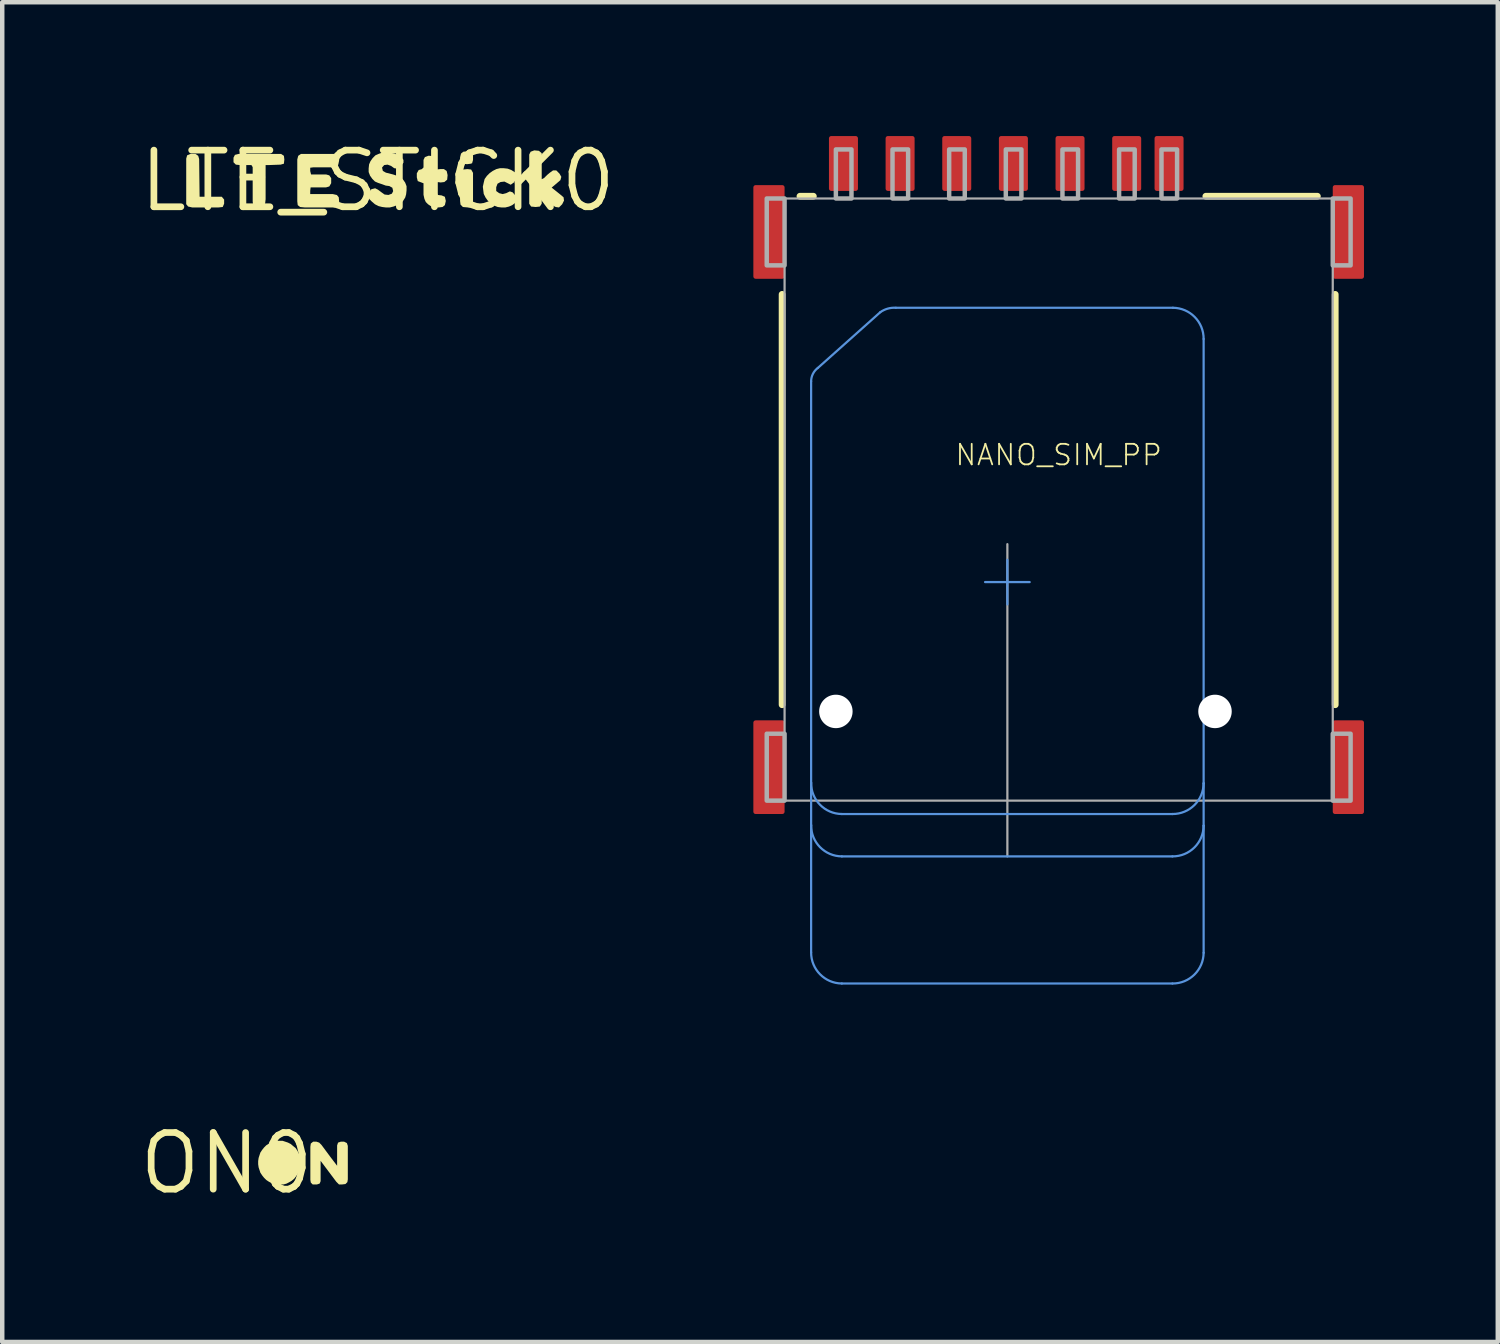
<source format=kicad_pcb>
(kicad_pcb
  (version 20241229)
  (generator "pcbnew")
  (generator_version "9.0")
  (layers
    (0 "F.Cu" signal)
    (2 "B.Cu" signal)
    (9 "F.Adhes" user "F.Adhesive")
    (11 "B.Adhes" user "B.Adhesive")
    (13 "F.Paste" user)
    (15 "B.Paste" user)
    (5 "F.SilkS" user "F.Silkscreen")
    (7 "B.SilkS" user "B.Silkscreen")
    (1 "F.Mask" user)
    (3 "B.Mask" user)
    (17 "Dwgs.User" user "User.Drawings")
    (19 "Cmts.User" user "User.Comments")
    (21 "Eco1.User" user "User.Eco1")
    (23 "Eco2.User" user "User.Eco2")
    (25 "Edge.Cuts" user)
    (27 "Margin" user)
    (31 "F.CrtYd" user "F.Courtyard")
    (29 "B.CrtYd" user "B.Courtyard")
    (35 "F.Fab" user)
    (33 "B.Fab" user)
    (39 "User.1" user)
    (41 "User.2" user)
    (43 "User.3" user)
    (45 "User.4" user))
  (footprint "ON0"
    (layer "F.Cu")
    (at 2.033 23.031)
    (property "Reference" "ON0" (at 0 0 0) (layer "F.SilkS") (effects (font (size 1.27 1.27) (thickness 0.15))))
    (fp_poly (pts (xy 2.073 -0.464) (xy 2.124 -0.413) (xy 2.324 -0.143) (xy 2.475 0.055) (xy 2.475 -0.401) (xy 2.496 -0.464) (xy 2.559 -0.485) (xy 2.631 -0.485) (xy 2.694 -0.454) (xy 2.715 -0.391) (xy 2.715 0.36) (xy 2.705 0.422) (xy 2.662 0.465) (xy 2.58 0.475) (xy 2.518 0.475) (xy 2.456 0.413) (xy 2.105 -0.055) (xy 2.105 0.401) (xy 2.084 0.454) (xy 2.021 0.475) (xy 1.928 0.475) (xy 1.885 0.432) (xy 1.875 0.37) (xy 1.875 -0.37) (xy 1.885 -0.443) (xy 1.938 -0.485) (xy 2.011 -0.485)) (stroke (width 0) (type default)) (fill yes) (layer "F.SilkS"))
    (fp_poly (pts (xy 1.312 -0.485) (xy 1.372 -0.465) (xy 1.433 -0.434) (xy 1.493 -0.384) (xy 1.544 -0.343) (xy 1.584 -0.283) (xy 1.615 -0.222) (xy 1.635 -0.162) (xy 1.655 -0.101) (xy 1.655 0.04) (xy 1.645 0.111) (xy 1.625 0.172) (xy 1.594 0.233) (xy 1.554 0.293) (xy 1.514 0.344) (xy 1.453 0.394) (xy 1.402 0.424) (xy 1.342 0.455) (xy 1.271 0.475) (xy 1.14 0.475) (xy 1.069 0.465) (xy 1.008 0.445) (xy 0.947 0.414) (xy 0.887 0.374) (xy 0.836 0.323) (xy 0.796 0.273) (xy 0.759 0.217) (xy 0.757 0.218) (xy 0.755 0.212) (xy 0.753 0.208) (xy 0.754 0.208) (xy 0.735 0.152) (xy 0.715 0.091) (xy 0.705 0.02) (xy 0.705 -0.05) (xy 0.715 -0.121) (xy 0.735 -0.182) (xy 0.755 -0.242) (xy 0.796 -0.303) (xy 0.836 -0.353) (xy 0.887 -0.404) (xy 0.947 -0.444) (xy 0.998 -0.475) (xy 1.069 -0.495) (xy 1.13 -0.505) (xy 1.251 -0.505)) (stroke (width 0) (type default)) (fill yes) (layer "F.SilkS")))
  (footprint "LTE_STICK0"
    (layer "F.Cu")
    (at 5.42 1.006)
    (property "Reference" "LTE_STICK0" (at 0 0 0) (layer "F.SilkS") (effects (font (size 1.27 1.27) (thickness 0.15))))
    (fp_poly (pts (xy 2.093 -0.255) (xy 2.135 -0.181) (xy 2.135 0.501) (xy 2.104 0.574) (xy 2.02 0.595) (xy 1.908 0.585) (xy 1.855 0.532) (xy 1.845 0.45) (xy 1.845 -0.12) (xy 1.855 -0.202) (xy 1.908 -0.255) (xy 2.01 -0.265)) (stroke (width 0) (type default)) (fill yes) (layer "F.SilkS"))
    (fp_poly (pts (xy 2.114 -0.634) (xy 2.135 -0.571) (xy 2.135 -0.469) (xy 2.114 -0.396) (xy 2.081 -0.385) (xy 2 -0.375) (xy 1.907 -0.385) (xy 1.855 -0.448) (xy 1.845 -0.53) (xy 1.866 -0.613) (xy 1.918 -0.655) (xy 2.031 -0.665)) (stroke (width 0) (type default)) (fill yes) (layer "F.SilkS"))
    (fp_poly (pts (xy -4.026 -0.563) (xy -4.005 -0.491) (xy -3.995 0.355) (xy -3.498 0.355) (xy -3.445 0.418) (xy -3.445 0.511) (xy -3.477 0.585) (xy -3.57 0.595) (xy -4.161 0.595) (xy -4.253 0.574) (xy -4.295 0.522) (xy -4.295 -0.501) (xy -4.274 -0.574) (xy -4.201 -0.605) (xy -4.088 -0.605)) (stroke (width 0) (type default)) (fill yes) (layer "F.SilkS"))
    (fp_poly (pts (xy -2.105 -0.563) (xy -2.095 -0.48) (xy -2.105 -0.386) (xy -2.179 -0.365) (xy -2.45 -0.355) (xy -2.515 -0.355) (xy -2.515 0.41) (xy -2.525 0.501) (xy -2.556 0.574) (xy -2.639 0.595) (xy -2.732 0.595) (xy -2.795 0.543) (xy -2.805 0.46) (xy -2.805 -0.309) (xy -2.833 -0.355) (xy -3.09 -0.355) (xy -3.182 -0.365) (xy -3.235 -0.418) (xy -3.235 -0.521) (xy -3.203 -0.584) (xy -3.121 -0.605) (xy -2.168 -0.605)) (stroke (width 0) (type default)) (fill yes) (layer "F.SilkS"))
    (fp_poly (pts (xy -0.886 -0.563) (xy -0.865 -0.47) (xy -0.885 -0.368) (xy -0.927 -0.315) (xy -1.02 -0.305) (xy -1.44 -0.305) (xy -1.515 -0.296) (xy -1.515 -0.221) (xy -1.496 -0.145) (xy -1.159 -0.145) (xy -1.087 -0.124) (xy -1.045 -0.062) (xy -1.045 0.051) (xy -1.087 0.124) (xy -1.159 0.145) (xy -1.506 0.145) (xy -1.515 0.22) (xy -1.515 0.295) (xy -1.009 0.295) (xy -0.917 0.316) (xy -0.875 0.368) (xy -0.865 0.481) (xy -0.896 0.564) (xy -0.959 0.595) (xy -1.64 0.595) (xy -1.742 0.585) (xy -1.795 0.543) (xy -1.805 0.46) (xy -1.805 -0.481) (xy -1.784 -0.563) (xy -1.722 -0.605) (xy -0.948 -0.605)) (stroke (width 0) (type default)) (fill yes) (layer "F.SilkS"))
    (fp_poly (pts (xy 3.612 -0.675) (xy 3.675 -0.622) (xy 3.675 -0.038) (xy 3.727 -0.064) (xy 3.797 -0.134) (xy 3.857 -0.184) (xy 3.928 -0.235) (xy 4.002 -0.235) (xy 4.074 -0.163) (xy 4.115 -0.091) (xy 4.094 -0.017) (xy 4.023 0.044) (xy 3.898 0.15) (xy 4.093 0.306) (xy 4.165 0.367) (xy 4.175 0.441) (xy 4.134 0.523) (xy 4.062 0.595) (xy 3.988 0.585) (xy 3.907 0.544) (xy 3.856 0.494) (xy 3.787 0.424) (xy 3.708 0.355) (xy 3.675 0.346) (xy 3.675 0.512) (xy 3.633 0.575) (xy 3.54 0.585) (xy 3.437 0.575) (xy 3.395 0.512) (xy 3.395 -0.591) (xy 3.426 -0.654) (xy 3.509 -0.685)) (stroke (width 0) (type default)) (fill yes) (layer "F.SilkS"))
    (fp_poly (pts (xy 1.252 -0.555) (xy 1.305 -0.502) (xy 1.315 -0.42) (xy 1.315 -0.256) (xy 1.4 -0.265) (xy 1.482 -0.265) (xy 1.544 -0.223) (xy 1.565 -0.13) (xy 1.555 -0.027) (xy 1.492 0.025) (xy 1.41 0.035) (xy 1.333 0.025) (xy 1.315 0.081) (xy 1.315 0.249) (xy 1.343 0.315) (xy 1.431 0.325) (xy 1.504 0.356) (xy 1.525 0.45) (xy 1.504 0.543) (xy 1.452 0.585) (xy 1.36 0.595) (xy 1.269 0.585) (xy 1.188 0.565) (xy 1.127 0.524) (xy 1.076 0.473) (xy 1.045 0.402) (xy 1.025 0.311) (xy 1.025 0.053) (xy 0.896 0.004) (xy 0.875 -0.079) (xy 0.875 -0.171) (xy 0.917 -0.244) (xy 0.987 -0.264) (xy 1.025 -0.302) (xy 1.025 -0.471) (xy 1.056 -0.534) (xy 1.139 -0.565)) (stroke (width 0) (type default)) (fill yes) (layer "F.SilkS"))
    (fp_poly (pts (xy 2.911 -0.275) (xy 2.992 -0.245) (xy 3.074 -0.194) (xy 3.115 -0.131) (xy 3.105 -0.048) (xy 3.054 0.033) (xy 2.98 0.086) (xy 2.918 0.054) (xy 2.839 0.015) (xy 2.752 0.025) (xy 2.684 0.063) (xy 2.655 0.141) (xy 2.655 0.227) (xy 2.722 0.275) (xy 2.8 0.295) (xy 2.878 0.275) (xy 2.96 0.235) (xy 3.023 0.256) (xy 3.084 0.327) (xy 3.126 0.41) (xy 3.094 0.483) (xy 3.013 0.544) (xy 2.942 0.575) (xy 2.861 0.595) (xy 2.77 0.595) (xy 2.689 0.585) (xy 2.608 0.554) (xy 2.537 0.504) (xy 2.466 0.443) (xy 2.416 0.373) (xy 2.375 0.291) (xy 2.365 0.211) (xy 2.355 0.13) (xy 2.375 0.039) (xy 2.395 -0.042) (xy 2.446 -0.113) (xy 2.507 -0.174) (xy 2.577 -0.224) (xy 2.658 -0.265) (xy 2.739 -0.285) (xy 2.82 -0.285)) (stroke (width 0) (type default)) (fill yes) (layer "F.SilkS"))
    (fp_poly (pts (xy 0.361 -0.615) (xy 0.452 -0.585) (xy 0.513 -0.544) (xy 0.575 -0.472) (xy 0.575 -0.408) (xy 0.514 -0.326) (xy 0.441 -0.275) (xy 0.368 -0.285) (xy 0.298 -0.336) (xy 0.219 -0.365) (xy 0.143 -0.355) (xy 0.095 -0.299) (xy 0.114 -0.223) (xy 0.182 -0.185) (xy 0.341 -0.145) (xy 0.432 -0.115) (xy 0.503 -0.084) (xy 0.564 -0.033) (xy 0.614 0.038) (xy 0.645 0.119) (xy 0.645 0.21) (xy 0.635 0.301) (xy 0.615 0.372) (xy 0.564 0.453) (xy 0.503 0.504) (xy 0.432 0.545) (xy 0.351 0.575) (xy 0.271 0.595) (xy 0.18 0.595) (xy 0.099 0.585) (xy 0.018 0.565) (xy -0.063 0.524) (xy -0.133 0.464) (xy -0.184 0.413) (xy -0.225 0.33) (xy -0.204 0.268) (xy -0.143 0.186) (xy -0.059 0.165) (xy 0.003 0.196) (xy 0.083 0.256) (xy 0.152 0.305) (xy 0.239 0.315) (xy 0.316 0.286) (xy 0.345 0.229) (xy 0.326 0.153) (xy 0.258 0.115) (xy 0.179 0.105) (xy 0.098 0.075) (xy 0.008 0.045) (xy -0.063 0.014) (xy -0.124 -0.047) (xy -0.174 -0.118) (xy -0.205 -0.199) (xy -0.205 -0.28) (xy -0.195 -0.371) (xy -0.164 -0.442) (xy -0.114 -0.513) (xy -0.053 -0.574) (xy 0.018 -0.605) (xy 0.099 -0.635) (xy 0.281 -0.635)) (stroke (width 0) (type default)) (fill yes) (layer "F.SilkS")))
  (footprint "NANO_SIM_PP"
    (layer "F.Cu")
    (at 20.685 8.15)
    (property "Reference" "NANO_SIM_PP" (at 0 -1 0) (unlocked yes) (layer "F.SilkS") (effects (font (size 0.46 0.46) (thickness 0.04))))
    (fp_line (start -6.2 -4.6) (end -6.2 4.6) (stroke (width 0.152) (type solid)) (layer "F.SilkS"))
    (fp_line (start -5.5 -6.8) (end -5.8 -6.8) (stroke (width 0.152) (type solid)) (layer "F.SilkS"))
    (fp_line (start 3.3 -6.8) (end 5.8 -6.8) (stroke (width 0.152) (type solid)) (layer "F.SilkS"))
    (fp_line (start 6.2 -4.6) (end 6.2 4.6) (stroke (width 0.152) (type solid)) (layer "F.SilkS"))
    (fp_line (start -5.55 -2.65) (end -5.55 6.35) (stroke (width 0.05) (type solid)) (layer "Cmts.User"))
    (fp_line (start -5.55 6.35) (end -5.55 7.3) (stroke (width 0.05) (type solid)) (layer "Cmts.User"))
    (fp_line (start -5.55 7.3) (end -5.55 10.15) (stroke (width 0.05) (type solid)) (layer "Cmts.User"))
    (fp_line (start -5.4 -2.95) (end -4 -4.2) (stroke (width 0.05) (type solid)) (layer "Cmts.User"))
    (fp_line (start -4.861 7.05) (end 2.55 7.05) (stroke (width 0.05) (type solid)) (layer "Cmts.User"))
    (fp_line (start -4.861 8) (end 2.55 8) (stroke (width 0.05) (type solid)) (layer "Cmts.User"))
    (fp_line (start -4.861 10.85) (end 2.55 10.85) (stroke (width 0.05) (type solid)) (layer "Cmts.User"))
    (fp_line (start -1.15 1.35) (end -1.15 2.35) (stroke (width 0.05) (type solid)) (layer "Cmts.User"))
    (fp_line (start -0.65 1.85) (end -1.65 1.85) (stroke (width 0.05) (type solid)) (layer "Cmts.User"))
    (fp_line (start 2.561 -4.3) (end -3.65 -4.3) (stroke (width 0.05) (type solid)) (layer "Cmts.User"))
    (fp_line (start 3.25 6.361) (end 3.25 -3.6) (stroke (width 0.05) (type solid)) (layer "Cmts.User"))
    (fp_line (start 3.25 7.311) (end 3.25 6.361) (stroke (width 0.05) (type solid)) (layer "Cmts.User"))
    (fp_line (start 3.25 10.161) (end 3.25 7.311) (stroke (width 0.05) (type solid)) (layer "Cmts.User"))
    (fp_arc (start -5.55 -2.649999) (mid -5.509805 -2.817402) (end -5.4 -2.95) (stroke (width 0.05) (type solid)) (layer "Cmts.User"))
    (fp_arc (start -4.860999 7.05) (mid -5.350519 6.842741) (end -5.55 6.35) (stroke (width 0.05) (type solid)) (layer "Cmts.User"))
    (fp_arc (start -4.860999 8) (mid -5.350519 7.792741) (end -5.55 7.3) (stroke (width 0.05) (type solid)) (layer "Cmts.User"))
    (fp_arc (start -4.860999 10.85) (mid -5.350519 10.642741) (end -5.55 10.15) (stroke (width 0.05) (type solid)) (layer "Cmts.User"))
    (fp_arc (start -4 -4.2) (mid -3.833603 -4.280114) (end -3.649999 -4.3) (stroke (width 0.05) (type solid)) (layer "Cmts.User"))
    (fp_arc (start 2.560999 -4.3) (mid 3.050519 -4.092741) (end 3.25 -3.6) (stroke (width 0.05) (type solid)) (layer "Cmts.User"))
    (fp_arc (start 3.25 6.360999) (mid 3.042741 6.850519) (end 2.55 7.05) (stroke (width 0.05) (type solid)) (layer "Cmts.User"))
    (fp_arc (start 3.25 7.310999) (mid 3.042741 7.800519) (end 2.55 8) (stroke (width 0.05) (type solid)) (layer "Cmts.User"))
    (fp_arc (start 3.25 10.160999) (mid 3.042741 10.650519) (end 2.55 10.85) (stroke (width 0.05) (type solid)) (layer "Cmts.User"))
    (fp_line (start -6.145 -6.75) (end -6.145 6.75) (stroke (width 0.05) (type solid)) (layer "F.Fab"))
    (fp_line (start -6.145 6.75) (end 6.145 6.75) (stroke (width 0.05) (type solid)) (layer "F.Fab"))
    (fp_line (start -1.15 1) (end -1.15 8) (stroke (width 0.05) (type solid)) (layer "F.Fab"))
    (fp_line (start 6.145 -6.75) (end -6.145 -6.75) (stroke (width 0.05) (type solid)) (layer "F.Fab"))
    (fp_line (start 6.145 6.75) (end 6.145 -6.75) (stroke (width 0.05) (type solid)) (layer "F.Fab"))
    (fp_poly (pts (xy -6.545 -5.25) (xy -6.145 -5.25) (xy -6.145 -6.75) (xy -6.545 -6.75)) (stroke (width 0.1) (type default)) (fill no) (layer "F.Fab"))
    (fp_poly (pts (xy -6.545 6.75) (xy -6.145 6.75) (xy -6.145 5.25) (xy -6.545 5.25)) (stroke (width 0.1) (type default)) (fill no) (layer "F.Fab"))
    (fp_poly (pts (xy -4.995 -6.75) (xy -4.645 -6.75) (xy -4.645 -7.85) (xy -4.995 -7.85)) (stroke (width 0.1) (type default)) (fill no) (layer "F.Fab"))
    (fp_poly (pts (xy -3.725 -6.75) (xy -3.375 -6.75) (xy -3.375 -7.85) (xy -3.725 -7.85)) (stroke (width 0.1) (type default)) (fill no) (layer "F.Fab"))
    (fp_poly (pts (xy -2.455 -6.75) (xy -2.105 -6.75) (xy -2.105 -7.85) (xy -2.455 -7.85)) (stroke (width 0.1) (type default)) (fill no) (layer "F.Fab"))
    (fp_poly (pts (xy -1.185 -6.75) (xy -0.835 -6.75) (xy -0.835 -7.85) (xy -1.185 -7.85)) (stroke (width 0.1) (type default)) (fill no) (layer "F.Fab"))
    (fp_poly (pts (xy 0.085 -6.75) (xy 0.435 -6.75) (xy 0.435 -7.85) (xy 0.085 -7.85)) (stroke (width 0.1) (type default)) (fill no) (layer "F.Fab"))
    (fp_poly (pts (xy 1.355 -6.75) (xy 1.705 -6.75) (xy 1.705 -7.85) (xy 1.355 -7.85)) (stroke (width 0.1) (type default)) (fill no) (layer "F.Fab"))
    (fp_poly (pts (xy 2.305 -6.75) (xy 2.655 -6.75) (xy 2.655 -7.85) (xy 2.305 -7.85)) (stroke (width 0.1) (type default)) (fill no) (layer "F.Fab"))
    (fp_poly (pts (xy 6.145 -5.25) (xy 6.545 -5.25) (xy 6.545 -6.75) (xy 6.145 -6.75)) (stroke (width 0.1) (type default)) (fill no) (layer "F.Fab"))
    (fp_poly (pts (xy 6.145 6.75) (xy 6.545 6.75) (xy 6.545 5.25) (xy 6.145 5.25)) (stroke (width 0.1) (type default)) (fill no) (layer "F.Fab"))
    (pad "" np_thru_hole circle (at -4.995 4.75) (size 0.75 0.75) (drill 0.75) (layers "*.Cu" "*.Mask"))
    (pad "" np_thru_hole circle (at 3.505 4.75) (size 0.75 0.75) (drill 0.75) (layers "*.Cu" "*.Mask"))
    (pad "A1" smd roundrect (at 6.495 -6) (size 0.7 2.1) (layers "F.Cu" "F.Mask" "F.Paste") (roundrect_rratio 0.073))
    (pad "A2" smd roundrect (at -6.495 -6) (size 0.7 2.1) (layers "F.Cu" "F.Mask" "F.Paste") (roundrect_rratio 0.073))
    (pad "A3" smd roundrect (at -6.495 6) (size 0.7 2.1) (layers "F.Cu" "F.Mask" "F.Paste") (roundrect_rratio 0.073))
    (pad "A4" smd roundrect (at 6.495 6) (size 0.7 2.1) (layers "F.Cu" "F.Mask" "F.Paste") (roundrect_rratio 0.073))
    (pad "C1" smd roundrect (at 0.255 -7.535) (size 0.65 1.23) (layers "F.Cu" "F.Mask" "F.Paste") (roundrect_rratio 0.078))
    (pad "C2" smd roundrect (at -2.285 -7.535) (size 0.65 1.23) (layers "F.Cu" "F.Mask" "F.Paste") (roundrect_rratio 0.078))
    (pad "C3" smd roundrect (at -4.825 -7.535) (size 0.65 1.23) (layers "F.Cu" "F.Mask" "F.Paste") (roundrect_rratio 0.078))
    (pad "C5" smd roundrect (at 1.525 -7.535) (size 0.65 1.23) (layers "F.Cu" "F.Mask" "F.Paste") (roundrect_rratio 0.078))
    (pad "C6" smd roundrect (at -1.015 -7.535) (size 0.65 1.23) (layers "F.Cu" "F.Mask" "F.Paste") (roundrect_rratio 0.078))
    (pad "C7" smd roundrect (at -3.555 -7.535) (size 0.65 1.23) (layers "F.Cu" "F.Mask" "F.Paste") (roundrect_rratio 0.078))
    (pad "CD" smd roundrect (at 2.475 -7.535) (size 0.65 1.23) (layers "F.Cu" "F.Mask" "F.Paste") (roundrect_rratio 0.078))
    (zone (net_name "") (layer "F.Cu") (hatch edge 0.5) (connect_pads) (min_thickness 0.25) (filled_areas_thickness no) (keepout (tracks not_allowed) (vias not_allowed) (pads not_allowed) (copperpour not_allowed) (footprints allowed)) (placement (enabled no)) (fill) (polygon (pts (xy 16.185 7.806) (xy 17.786 7.806) (xy 17.786 3.105) (xy 16.185 3.105))))
    (zone (net_name "") (layer "F.Cu") (hatch edge 0.5) (connect_pads) (min_thickness 0.25) (filled_areas_thickness no) (keepout (tracks not_allowed) (vias not_allowed) (pads not_allowed) (copperpour not_allowed) (footprints allowed)) (placement (enabled no)) (fill) (polygon (pts (xy 16.208 14.947) (xy 17.809 14.947) (xy 17.809 10.246) (xy 16.208 10.246))))
    (zone (net_name "") (layer "F.Cu") (hatch edge 0.5) (connect_pads) (min_thickness 0.25) (filled_areas_thickness no) (keepout (tracks not_allowed) (vias not_allowed) (pads not_allowed) (copperpour not_allowed) (footprints allowed)) (placement (enabled no)) (fill) (polygon (pts (xy 18.725 7.806) (xy 20.326 7.806) (xy 20.326 3.105) (xy 18.725 3.105))))
    (zone (net_name "") (layer "F.Cu") (hatch edge 0.5) (connect_pads) (min_thickness 0.25) (filled_areas_thickness no) (keepout (tracks not_allowed) (vias not_allowed) (pads not_allowed) (copperpour not_allowed) (footprints allowed)) (placement (enabled no)) (fill) (polygon (pts (xy 18.748 14.947) (xy 20.349 14.947) (xy 20.349 10.246) (xy 18.748 10.246))))
    (zone (net_name "") (layer "F.Cu") (hatch edge 0.5) (connect_pads) (min_thickness 0.25) (filled_areas_thickness no) (keepout (tracks not_allowed) (vias not_allowed) (pads not_allowed) (copperpour not_allowed) (footprints allowed)) (placement (enabled no)) (fill) (polygon (pts (xy 21.265 7.806) (xy 22.866 7.806) (xy 22.866 3.105) (xy 21.265 3.105))))
    (zone (net_name "") (layer "F.Cu") (hatch edge 0.5) (connect_pads) (min_thickness 0.25) (filled_areas_thickness no) (keepout (tracks not_allowed) (vias not_allowed) (pads not_allowed) (copperpour not_allowed) (footprints allowed)) (placement (enabled no)) (fill) (polygon (pts (xy 21.288 14.947) (xy 22.889 14.947) (xy 22.889 10.246) (xy 21.288 10.246)))))
  (gr_rect
    (start -3 -3)
    (end 30.53 27.037)
    (stroke (width 0.1) (type default))
    (fill no)
    (layer "Edge.Cuts")))
</source>
